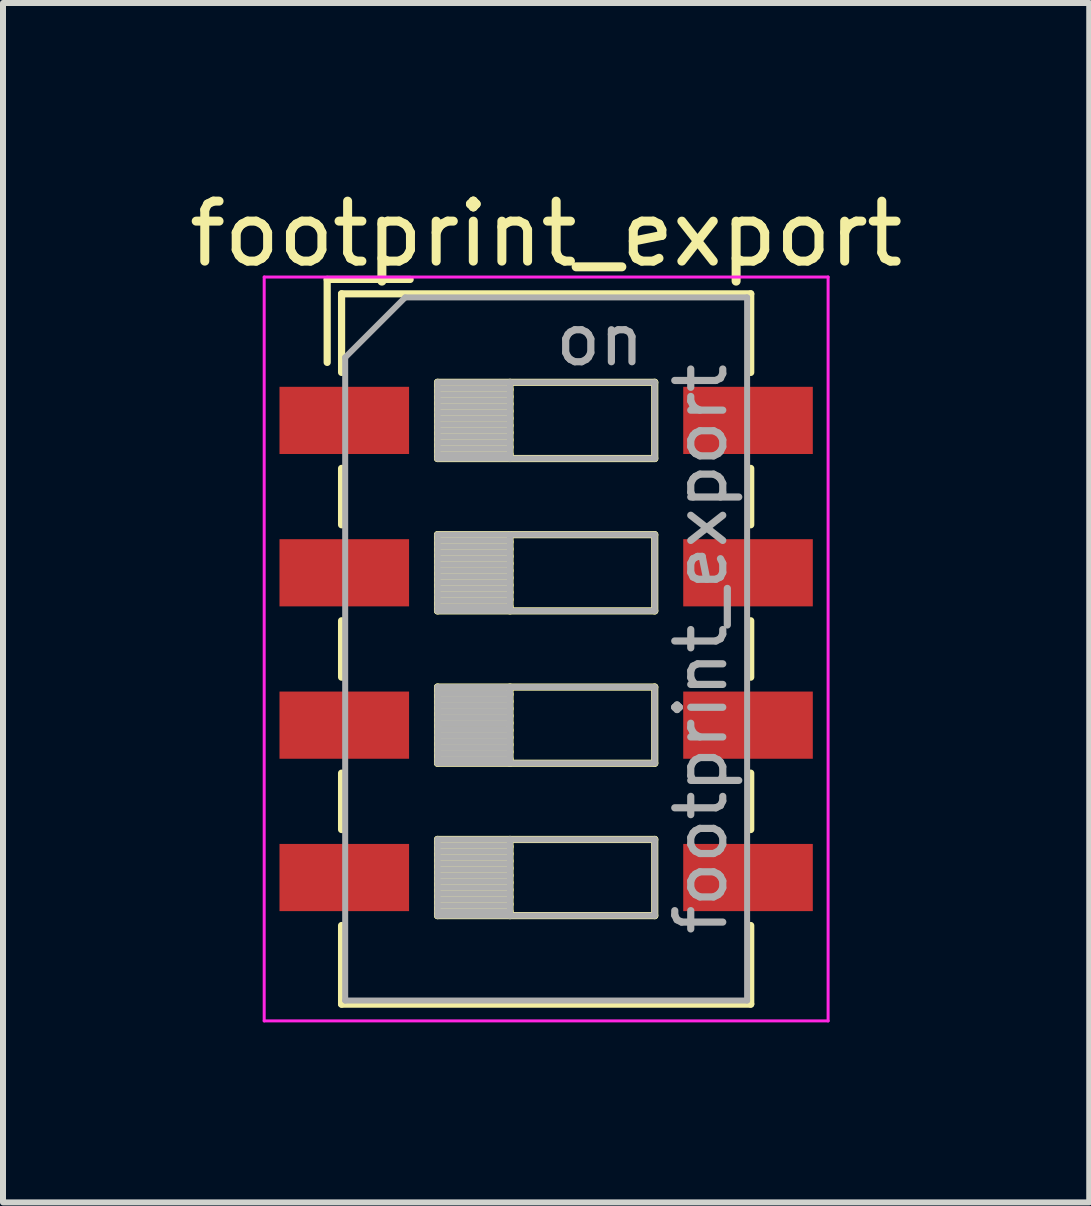
<source format=kicad_pcb>
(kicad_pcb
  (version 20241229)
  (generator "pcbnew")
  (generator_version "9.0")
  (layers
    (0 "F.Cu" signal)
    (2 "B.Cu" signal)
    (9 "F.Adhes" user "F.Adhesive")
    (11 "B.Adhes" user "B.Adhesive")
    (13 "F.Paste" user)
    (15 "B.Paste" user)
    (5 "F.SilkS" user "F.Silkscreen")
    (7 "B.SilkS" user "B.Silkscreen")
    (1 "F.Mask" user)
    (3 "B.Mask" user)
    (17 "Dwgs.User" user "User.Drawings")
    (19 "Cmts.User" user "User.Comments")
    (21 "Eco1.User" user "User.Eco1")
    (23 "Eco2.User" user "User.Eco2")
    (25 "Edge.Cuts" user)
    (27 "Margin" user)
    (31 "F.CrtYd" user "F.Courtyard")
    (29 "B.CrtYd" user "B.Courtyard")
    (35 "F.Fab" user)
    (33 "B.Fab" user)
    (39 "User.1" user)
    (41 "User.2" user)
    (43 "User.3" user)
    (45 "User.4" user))
  (footprint "footprint_export"
    (layer "F.Cu")
    (at 6.054 7.768)
    (property "Reference" "footprint_export" (at 0 -6.92 0) (layer "F.SilkS") (effects (font (size 1 1) (thickness 0.15))))
    (attr smd)
    (fp_line (start -3.65 -6.16) (end -3.65 -4.777) (stroke (width 0.12) (type solid)) (layer "F.SilkS"))
    (fp_line (start -3.65 -6.16) (end -2.267 -6.16) (stroke (width 0.12) (type solid)) (layer "F.SilkS"))
    (fp_line (start -3.41 -5.92) (end -3.41 -4.61) (stroke (width 0.12) (type solid)) (layer "F.SilkS"))
    (fp_line (start -3.41 -5.92) (end 3.41 -5.92) (stroke (width 0.12) (type solid)) (layer "F.SilkS"))
    (fp_line (start -3.41 -3.01) (end -3.41 -2.07) (stroke (width 0.12) (type solid)) (layer "F.SilkS"))
    (fp_line (start -3.41 -0.47) (end -3.41 0.47) (stroke (width 0.12) (type solid)) (layer "F.SilkS"))
    (fp_line (start -3.41 2.07) (end -3.41 3.01) (stroke (width 0.12) (type solid)) (layer "F.SilkS"))
    (fp_line (start -3.41 4.61) (end -3.41 5.92) (stroke (width 0.12) (type solid)) (layer "F.SilkS"))
    (fp_line (start -3.41 5.92) (end 3.41 5.92) (stroke (width 0.12) (type solid)) (layer "F.SilkS"))
    (fp_line (start -1.81 -4.445) (end -1.81 -3.175) (stroke (width 0.12) (type solid)) (layer "F.SilkS"))
    (fp_line (start -1.81 -4.325) (end -0.603 -4.325) (stroke (width 0.12) (type solid)) (layer "F.SilkS"))
    (fp_line (start -1.81 -4.205) (end -0.603 -4.205) (stroke (width 0.12) (type solid)) (layer "F.SilkS"))
    (fp_line (start -1.81 -4.085) (end -0.603 -4.085) (stroke (width 0.12) (type solid)) (layer "F.SilkS"))
    (fp_line (start -1.81 -3.965) (end -0.603 -3.965) (stroke (width 0.12) (type solid)) (layer "F.SilkS"))
    (fp_line (start -1.81 -3.845) (end -0.603 -3.845) (stroke (width 0.12) (type solid)) (layer "F.SilkS"))
    (fp_line (start -1.81 -3.725) (end -0.603 -3.725) (stroke (width 0.12) (type solid)) (layer "F.SilkS"))
    (fp_line (start -1.81 -3.605) (end -0.603 -3.605) (stroke (width 0.12) (type solid)) (layer "F.SilkS"))
    (fp_line (start -1.81 -3.485) (end -0.603 -3.485) (stroke (width 0.12) (type solid)) (layer "F.SilkS"))
    (fp_line (start -1.81 -3.365) (end -0.603 -3.365) (stroke (width 0.12) (type solid)) (layer "F.SilkS"))
    (fp_line (start -1.81 -3.245) (end -0.603 -3.245) (stroke (width 0.12) (type solid)) (layer "F.SilkS"))
    (fp_line (start -1.81 -3.175) (end 1.81 -3.175) (stroke (width 0.12) (type solid)) (layer "F.SilkS"))
    (fp_line (start -1.81 -1.905) (end -1.81 -0.635) (stroke (width 0.12) (type solid)) (layer "F.SilkS"))
    (fp_line (start -1.81 -1.785) (end -0.603 -1.785) (stroke (width 0.12) (type solid)) (layer "F.SilkS"))
    (fp_line (start -1.81 -1.665) (end -0.603 -1.665) (stroke (width 0.12) (type solid)) (layer "F.SilkS"))
    (fp_line (start -1.81 -1.545) (end -0.603 -1.545) (stroke (width 0.12) (type solid)) (layer "F.SilkS"))
    (fp_line (start -1.81 -1.425) (end -0.603 -1.425) (stroke (width 0.12) (type solid)) (layer "F.SilkS"))
    (fp_line (start -1.81 -1.305) (end -0.603 -1.305) (stroke (width 0.12) (type solid)) (layer "F.SilkS"))
    (fp_line (start -1.81 -1.185) (end -0.603 -1.185) (stroke (width 0.12) (type solid)) (layer "F.SilkS"))
    (fp_line (start -1.81 -1.065) (end -0.603 -1.065) (stroke (width 0.12) (type solid)) (layer "F.SilkS"))
    (fp_line (start -1.81 -0.945) (end -0.603 -0.945) (stroke (width 0.12) (type solid)) (layer "F.SilkS"))
    (fp_line (start -1.81 -0.825) (end -0.603 -0.825) (stroke (width 0.12) (type solid)) (layer "F.SilkS"))
    (fp_line (start -1.81 -0.705) (end -0.603 -0.705) (stroke (width 0.12) (type solid)) (layer "F.SilkS"))
    (fp_line (start -1.81 -0.635) (end 1.81 -0.635) (stroke (width 0.12) (type solid)) (layer "F.SilkS"))
    (fp_line (start -1.81 0.635) (end -1.81 1.905) (stroke (width 0.12) (type solid)) (layer "F.SilkS"))
    (fp_line (start -1.81 0.755) (end -0.603 0.755) (stroke (width 0.12) (type solid)) (layer "F.SilkS"))
    (fp_line (start -1.81 0.875) (end -0.603 0.875) (stroke (width 0.12) (type solid)) (layer "F.SilkS"))
    (fp_line (start -1.81 0.995) (end -0.603 0.995) (stroke (width 0.12) (type solid)) (layer "F.SilkS"))
    (fp_line (start -1.81 1.115) (end -0.603 1.115) (stroke (width 0.12) (type solid)) (layer "F.SilkS"))
    (fp_line (start -1.81 1.235) (end -0.603 1.235) (stroke (width 0.12) (type solid)) (layer "F.SilkS"))
    (fp_line (start -1.81 1.355) (end -0.603 1.355) (stroke (width 0.12) (type solid)) (layer "F.SilkS"))
    (fp_line (start -1.81 1.475) (end -0.603 1.475) (stroke (width 0.12) (type solid)) (layer "F.SilkS"))
    (fp_line (start -1.81 1.595) (end -0.603 1.595) (stroke (width 0.12) (type solid)) (layer "F.SilkS"))
    (fp_line (start -1.81 1.715) (end -0.603 1.715) (stroke (width 0.12) (type solid)) (layer "F.SilkS"))
    (fp_line (start -1.81 1.835) (end -0.603 1.835) (stroke (width 0.12) (type solid)) (layer "F.SilkS"))
    (fp_line (start -1.81 1.905) (end 1.81 1.905) (stroke (width 0.12) (type solid)) (layer "F.SilkS"))
    (fp_line (start -1.81 3.175) (end -1.81 4.445) (stroke (width 0.12) (type solid)) (layer "F.SilkS"))
    (fp_line (start -1.81 3.295) (end -0.603 3.295) (stroke (width 0.12) (type solid)) (layer "F.SilkS"))
    (fp_line (start -1.81 3.415) (end -0.603 3.415) (stroke (width 0.12) (type solid)) (layer "F.SilkS"))
    (fp_line (start -1.81 3.535) (end -0.603 3.535) (stroke (width 0.12) (type solid)) (layer "F.SilkS"))
    (fp_line (start -1.81 3.655) (end -0.603 3.655) (stroke (width 0.12) (type solid)) (layer "F.SilkS"))
    (fp_line (start -1.81 3.775) (end -0.603 3.775) (stroke (width 0.12) (type solid)) (layer "F.SilkS"))
    (fp_line (start -1.81 3.895) (end -0.603 3.895) (stroke (width 0.12) (type solid)) (layer "F.SilkS"))
    (fp_line (start -1.81 4.015) (end -0.603 4.015) (stroke (width 0.12) (type solid)) (layer "F.SilkS"))
    (fp_line (start -1.81 4.135) (end -0.603 4.135) (stroke (width 0.12) (type solid)) (layer "F.SilkS"))
    (fp_line (start -1.81 4.255) (end -0.603 4.255) (stroke (width 0.12) (type solid)) (layer "F.SilkS"))
    (fp_line (start -1.81 4.375) (end -0.603 4.375) (stroke (width 0.12) (type solid)) (layer "F.SilkS"))
    (fp_line (start -1.81 4.445) (end 1.81 4.445) (stroke (width 0.12) (type solid)) (layer "F.SilkS"))
    (fp_line (start -0.603 -4.445) (end -0.603 -3.175) (stroke (width 0.12) (type solid)) (layer "F.SilkS"))
    (fp_line (start -0.603 -1.905) (end -0.603 -0.635) (stroke (width 0.12) (type solid)) (layer "F.SilkS"))
    (fp_line (start -0.603 0.635) (end -0.603 1.905) (stroke (width 0.12) (type solid)) (layer "F.SilkS"))
    (fp_line (start -0.603 3.175) (end -0.603 4.445) (stroke (width 0.12) (type solid)) (layer "F.SilkS"))
    (fp_line (start 1.81 -4.445) (end -1.81 -4.445) (stroke (width 0.12) (type solid)) (layer "F.SilkS"))
    (fp_line (start 1.81 -3.175) (end 1.81 -4.445) (stroke (width 0.12) (type solid)) (layer "F.SilkS"))
    (fp_line (start 1.81 -1.905) (end -1.81 -1.905) (stroke (width 0.12) (type solid)) (layer "F.SilkS"))
    (fp_line (start 1.81 -0.635) (end 1.81 -1.905) (stroke (width 0.12) (type solid)) (layer "F.SilkS"))
    (fp_line (start 1.81 0.635) (end -1.81 0.635) (stroke (width 0.12) (type solid)) (layer "F.SilkS"))
    (fp_line (start 1.81 1.905) (end 1.81 0.635) (stroke (width 0.12) (type solid)) (layer "F.SilkS"))
    (fp_line (start 1.81 3.175) (end -1.81 3.175) (stroke (width 0.12) (type solid)) (layer "F.SilkS"))
    (fp_line (start 1.81 4.445) (end 1.81 3.175) (stroke (width 0.12) (type solid)) (layer "F.SilkS"))
    (fp_line (start 3.41 -5.92) (end 3.41 -4.61) (stroke (width 0.12) (type solid)) (layer "F.SilkS"))
    (fp_line (start 3.41 -3.01) (end 3.41 -2.07) (stroke (width 0.12) (type solid)) (layer "F.SilkS"))
    (fp_line (start 3.41 -0.47) (end 3.41 0.47) (stroke (width 0.12) (type solid)) (layer "F.SilkS"))
    (fp_line (start 3.41 2.07) (end 3.41 3.01) (stroke (width 0.12) (type solid)) (layer "F.SilkS"))
    (fp_line (start 3.41 4.61) (end 3.41 5.92) (stroke (width 0.12) (type solid)) (layer "F.SilkS"))
    (fp_line (start -4.7 -6.2) (end -4.7 6.2) (stroke (width 0.05) (type solid)) (layer "F.CrtYd"))
    (fp_line (start -4.7 6.2) (end 4.7 6.2) (stroke (width 0.05) (type solid)) (layer "F.CrtYd"))
    (fp_line (start 4.7 -6.2) (end -4.7 -6.2) (stroke (width 0.05) (type solid)) (layer "F.CrtYd"))
    (fp_line (start 4.7 6.2) (end 4.7 -6.2) (stroke (width 0.05) (type solid)) (layer "F.CrtYd"))
    (fp_line (start -3.35 -4.86) (end -2.35 -5.86) (stroke (width 0.1) (type solid)) (layer "F.Fab"))
    (fp_line (start -3.35 5.86) (end -3.35 -4.86) (stroke (width 0.1) (type solid)) (layer "F.Fab"))
    (fp_line (start -2.35 -5.86) (end 3.35 -5.86) (stroke (width 0.1) (type solid)) (layer "F.Fab"))
    (fp_line (start -1.81 -4.445) (end -1.81 -3.175) (stroke (width 0.1) (type solid)) (layer "F.Fab"))
    (fp_line (start -1.81 -4.345) (end -0.603 -4.345) (stroke (width 0.1) (type solid)) (layer "F.Fab"))
    (fp_line (start -1.81 -4.245) (end -0.603 -4.245) (stroke (width 0.1) (type solid)) (layer "F.Fab"))
    (fp_line (start -1.81 -4.145) (end -0.603 -4.145) (stroke (width 0.1) (type solid)) (layer "F.Fab"))
    (fp_line (start -1.81 -4.045) (end -0.603 -4.045) (stroke (width 0.1) (type solid)) (layer "F.Fab"))
    (fp_line (start -1.81 -3.945) (end -0.603 -3.945) (stroke (width 0.1) (type solid)) (layer "F.Fab"))
    (fp_line (start -1.81 -3.845) (end -0.603 -3.845) (stroke (width 0.1) (type solid)) (layer "F.Fab"))
    (fp_line (start -1.81 -3.745) (end -0.603 -3.745) (stroke (width 0.1) (type solid)) (layer "F.Fab"))
    (fp_line (start -1.81 -3.645) (end -0.603 -3.645) (stroke (width 0.1) (type solid)) (layer "F.Fab"))
    (fp_line (start -1.81 -3.545) (end -0.603 -3.545) (stroke (width 0.1) (type solid)) (layer "F.Fab"))
    (fp_line (start -1.81 -3.445) (end -0.603 -3.445) (stroke (width 0.1) (type solid)) (layer "F.Fab"))
    (fp_line (start -1.81 -3.345) (end -0.603 -3.345) (stroke (width 0.1) (type solid)) (layer "F.Fab"))
    (fp_line (start -1.81 -3.245) (end -0.603 -3.245) (stroke (width 0.1) (type solid)) (layer "F.Fab"))
    (fp_line (start -1.81 -3.175) (end 1.81 -3.175) (stroke (width 0.1) (type solid)) (layer "F.Fab"))
    (fp_line (start -1.81 -1.905) (end -1.81 -0.635) (stroke (width 0.1) (type solid)) (layer "F.Fab"))
    (fp_line (start -1.81 -1.805) (end -0.603 -1.805) (stroke (width 0.1) (type solid)) (layer "F.Fab"))
    (fp_line (start -1.81 -1.705) (end -0.603 -1.705) (stroke (width 0.1) (type solid)) (layer "F.Fab"))
    (fp_line (start -1.81 -1.605) (end -0.603 -1.605) (stroke (width 0.1) (type solid)) (layer "F.Fab"))
    (fp_line (start -1.81 -1.505) (end -0.603 -1.505) (stroke (width 0.1) (type solid)) (layer "F.Fab"))
    (fp_line (start -1.81 -1.405) (end -0.603 -1.405) (stroke (width 0.1) (type solid)) (layer "F.Fab"))
    (fp_line (start -1.81 -1.305) (end -0.603 -1.305) (stroke (width 0.1) (type solid)) (layer "F.Fab"))
    (fp_line (start -1.81 -1.205) (end -0.603 -1.205) (stroke (width 0.1) (type solid)) (layer "F.Fab"))
    (fp_line (start -1.81 -1.105) (end -0.603 -1.105) (stroke (width 0.1) (type solid)) (layer "F.Fab"))
    (fp_line (start -1.81 -1.005) (end -0.603 -1.005) (stroke (width 0.1) (type solid)) (layer "F.Fab"))
    (fp_line (start -1.81 -0.905) (end -0.603 -0.905) (stroke (width 0.1) (type solid)) (layer "F.Fab"))
    (fp_line (start -1.81 -0.805) (end -0.603 -0.805) (stroke (width 0.1) (type solid)) (layer "F.Fab"))
    (fp_line (start -1.81 -0.705) (end -0.603 -0.705) (stroke (width 0.1) (type solid)) (layer "F.Fab"))
    (fp_line (start -1.81 -0.635) (end 1.81 -0.635) (stroke (width 0.1) (type solid)) (layer "F.Fab"))
    (fp_line (start -1.81 0.635) (end -1.81 1.905) (stroke (width 0.1) (type solid)) (layer "F.Fab"))
    (fp_line (start -1.81 0.735) (end -0.603 0.735) (stroke (width 0.1) (type solid)) (layer "F.Fab"))
    (fp_line (start -1.81 0.835) (end -0.603 0.835) (stroke (width 0.1) (type solid)) (layer "F.Fab"))
    (fp_line (start -1.81 0.935) (end -0.603 0.935) (stroke (width 0.1) (type solid)) (layer "F.Fab"))
    (fp_line (start -1.81 1.035) (end -0.603 1.035) (stroke (width 0.1) (type solid)) (layer "F.Fab"))
    (fp_line (start -1.81 1.135) (end -0.603 1.135) (stroke (width 0.1) (type solid)) (layer "F.Fab"))
    (fp_line (start -1.81 1.235) (end -0.603 1.235) (stroke (width 0.1) (type solid)) (layer "F.Fab"))
    (fp_line (start -1.81 1.335) (end -0.603 1.335) (stroke (width 0.1) (type solid)) (layer "F.Fab"))
    (fp_line (start -1.81 1.435) (end -0.603 1.435) (stroke (width 0.1) (type solid)) (layer "F.Fab"))
    (fp_line (start -1.81 1.535) (end -0.603 1.535) (stroke (width 0.1) (type solid)) (layer "F.Fab"))
    (fp_line (start -1.81 1.635) (end -0.603 1.635) (stroke (width 0.1) (type solid)) (layer "F.Fab"))
    (fp_line (start -1.81 1.735) (end -0.603 1.735) (stroke (width 0.1) (type solid)) (layer "F.Fab"))
    (fp_line (start -1.81 1.835) (end -0.603 1.835) (stroke (width 0.1) (type solid)) (layer "F.Fab"))
    (fp_line (start -1.81 1.905) (end 1.81 1.905) (stroke (width 0.1) (type solid)) (layer "F.Fab"))
    (fp_line (start -1.81 3.175) (end -1.81 4.445) (stroke (width 0.1) (type solid)) (layer "F.Fab"))
    (fp_line (start -1.81 3.275) (end -0.603 3.275) (stroke (width 0.1) (type solid)) (layer "F.Fab"))
    (fp_line (start -1.81 3.375) (end -0.603 3.375) (stroke (width 0.1) (type solid)) (layer "F.Fab"))
    (fp_line (start -1.81 3.475) (end -0.603 3.475) (stroke (width 0.1) (type solid)) (layer "F.Fab"))
    (fp_line (start -1.81 3.575) (end -0.603 3.575) (stroke (width 0.1) (type solid)) (layer "F.Fab"))
    (fp_line (start -1.81 3.675) (end -0.603 3.675) (stroke (width 0.1) (type solid)) (layer "F.Fab"))
    (fp_line (start -1.81 3.775) (end -0.603 3.775) (stroke (width 0.1) (type solid)) (layer "F.Fab"))
    (fp_line (start -1.81 3.875) (end -0.603 3.875) (stroke (width 0.1) (type solid)) (layer "F.Fab"))
    (fp_line (start -1.81 3.975) (end -0.603 3.975) (stroke (width 0.1) (type solid)) (layer "F.Fab"))
    (fp_line (start -1.81 4.075) (end -0.603 4.075) (stroke (width 0.1) (type solid)) (layer "F.Fab"))
    (fp_line (start -1.81 4.175) (end -0.603 4.175) (stroke (width 0.1) (type solid)) (layer "F.Fab"))
    (fp_line (start -1.81 4.275) (end -0.603 4.275) (stroke (width 0.1) (type solid)) (layer "F.Fab"))
    (fp_line (start -1.81 4.375) (end -0.603 4.375) (stroke (width 0.1) (type solid)) (layer "F.Fab"))
    (fp_line (start -1.81 4.445) (end 1.81 4.445) (stroke (width 0.1) (type solid)) (layer "F.Fab"))
    (fp_line (start -0.603 -4.445) (end -0.603 -3.175) (stroke (width 0.1) (type solid)) (layer "F.Fab"))
    (fp_line (start -0.603 -1.905) (end -0.603 -0.635) (stroke (width 0.1) (type solid)) (layer "F.Fab"))
    (fp_line (start -0.603 0.635) (end -0.603 1.905) (stroke (width 0.1) (type solid)) (layer "F.Fab"))
    (fp_line (start -0.603 3.175) (end -0.603 4.445) (stroke (width 0.1) (type solid)) (layer "F.Fab"))
    (fp_line (start 1.81 -4.445) (end -1.81 -4.445) (stroke (width 0.1) (type solid)) (layer "F.Fab"))
    (fp_line (start 1.81 -3.175) (end 1.81 -4.445) (stroke (width 0.1) (type solid)) (layer "F.Fab"))
    (fp_line (start 1.81 -1.905) (end -1.81 -1.905) (stroke (width 0.1) (type solid)) (layer "F.Fab"))
    (fp_line (start 1.81 -0.635) (end 1.81 -1.905) (stroke (width 0.1) (type solid)) (layer "F.Fab"))
    (fp_line (start 1.81 0.635) (end -1.81 0.635) (stroke (width 0.1) (type solid)) (layer "F.Fab"))
    (fp_line (start 1.81 1.905) (end 1.81 0.635) (stroke (width 0.1) (type solid)) (layer "F.Fab"))
    (fp_line (start 1.81 3.175) (end -1.81 3.175) (stroke (width 0.1) (type solid)) (layer "F.Fab"))
    (fp_line (start 1.81 4.445) (end 1.81 3.175) (stroke (width 0.1) (type solid)) (layer "F.Fab"))
    (fp_line (start 3.35 -5.86) (end 3.35 5.86) (stroke (width 0.1) (type solid)) (layer "F.Fab"))
    (fp_line (start 3.35 5.86) (end -3.35 5.86) (stroke (width 0.1) (type solid)) (layer "F.Fab"))
    (fp_text user "on" (at 0.897 -5.152 0) (layer "F.Fab") (effects (font (size 0.8 0.8) (thickness 0.12))))
    (fp_text user "${REFERENCE}" (at 2.58 0 90) (layer "F.Fab") (effects (font (size 0.8 0.8) (thickness 0.12))))
    (pad "1" smd rect (at -3.365 -3.81) (size 2.16 1.12) (layers "F.Cu" "F.Mask" "F.Paste"))
    (pad "2" smd rect (at -3.365 -1.27) (size 2.16 1.12) (layers "F.Cu" "F.Mask" "F.Paste"))
    (pad "3" smd rect (at -3.365 1.27) (size 2.16 1.12) (layers "F.Cu" "F.Mask" "F.Paste"))
    (pad "4" smd rect (at -3.365 3.81) (size 2.16 1.12) (layers "F.Cu" "F.Mask" "F.Paste"))
    (pad "5" smd rect (at 3.365 3.81) (size 2.16 1.12) (layers "F.Cu" "F.Mask" "F.Paste"))
    (pad "6" smd rect (at 3.365 1.27) (size 2.16 1.12) (layers "F.Cu" "F.Mask" "F.Paste"))
    (pad "7" smd rect (at 3.365 -1.27) (size 2.16 1.12) (layers "F.Cu" "F.Mask" "F.Paste"))
    (pad "8" smd rect (at 3.365 -3.81) (size 2.16 1.12) (layers "F.Cu" "F.Mask" "F.Paste")))
  (gr_rect
    (start -3 -3)
    (end 15.107 16.993)
    (stroke (width 0.1) (type default))
    (fill no)
    (layer "Edge.Cuts")))
</source>
